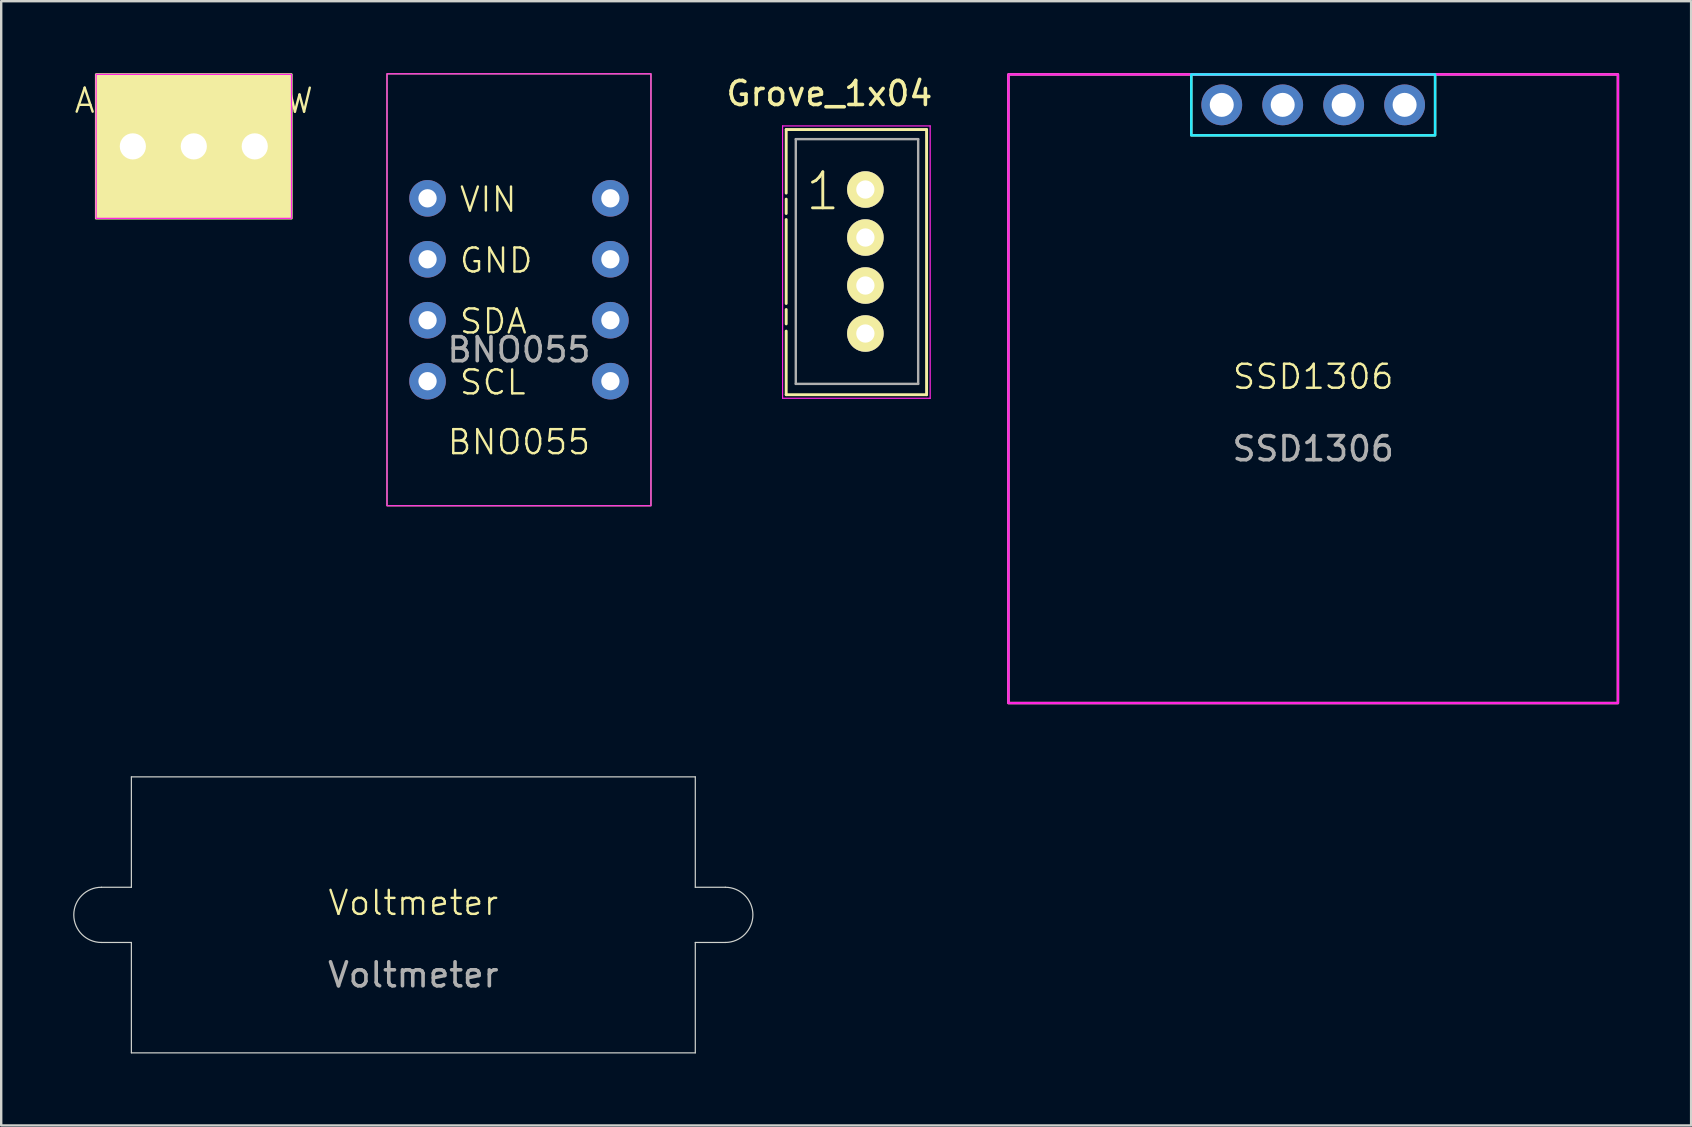
<source format=kicad_pcb>
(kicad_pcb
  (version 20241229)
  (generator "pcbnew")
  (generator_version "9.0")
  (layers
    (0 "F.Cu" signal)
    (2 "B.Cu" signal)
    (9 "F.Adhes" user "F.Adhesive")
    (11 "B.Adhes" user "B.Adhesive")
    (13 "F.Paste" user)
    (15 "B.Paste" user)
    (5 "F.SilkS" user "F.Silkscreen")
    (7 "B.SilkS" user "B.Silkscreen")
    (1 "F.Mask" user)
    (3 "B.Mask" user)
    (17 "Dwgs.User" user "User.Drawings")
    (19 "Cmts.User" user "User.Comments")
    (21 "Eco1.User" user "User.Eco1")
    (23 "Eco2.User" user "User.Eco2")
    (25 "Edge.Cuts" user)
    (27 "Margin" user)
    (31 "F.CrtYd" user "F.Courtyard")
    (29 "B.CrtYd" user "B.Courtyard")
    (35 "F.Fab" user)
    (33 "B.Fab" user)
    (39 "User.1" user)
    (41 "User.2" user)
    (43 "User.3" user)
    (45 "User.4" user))
  (footprint "Akizuki_3PSW"
    (layer "F.Cu")
    (at 5.026 3.05)
    (property "Reference" "Akizuki_3PSW" (at 0 -1.905 0) (unlocked yes) (layer "F.SilkS") (effects (font (size 1 1) (thickness 0.1))))
    (attr through_hole)
    (fp_rect (start -4.07 -3) (end 4.07 3) (stroke (width 0.1) (type solid)) (fill yes) (layer "F.SilkS"))
    (fp_rect (start -4.07 -3) (end 4.07 3) (stroke (width 0.05) (type solid)) (fill no) (layer "F.CrtYd"))
    (pad "1" thru_hole circle (at -2.54 0) (size 1.6 1.6) (drill 1.09) (layers "*.Cu" "*.Mask"))
    (pad "2" thru_hole circle (at 0 0) (size 1.6 1.6) (drill 1.09) (layers "*.Cu" "*.Mask"))
    (pad "3" thru_hole circle (at 2.54 0) (size 1.6 1.6) (drill 1.09) (layers "*.Cu" "*.Mask")))
  (footprint "Grove_1x04"
    (layer "F.Cu")
    (at 33.013 4.848)
    (property "Reference" "Grove_1x04" (at -1.5 -4 0) (layer "F.SilkS") (effects (font (size 1 1) (thickness 0.15))))
    (attr through_hole)
    (fp_line (start -3.3 -2.5) (end -3.3 0.15) (stroke (width 0.12) (type solid)) (layer "F.SilkS"))
    (fp_line (start -3.3 -2.5) (end 2.55 -2.5) (stroke (width 0.12) (type solid)) (layer "F.SilkS"))
    (fp_line (start -3.3 0.4) (end -3.3 1) (stroke (width 0.12) (type solid)) (layer "F.SilkS"))
    (fp_line (start -3.3 1.25) (end -3.3 4.75) (stroke (width 0.12) (type solid)) (layer "F.SilkS"))
    (fp_line (start -3.3 5) (end -3.3 5.6) (stroke (width 0.12) (type solid)) (layer "F.SilkS"))
    (fp_line (start -3.3 5.9) (end -3.3 8.55) (stroke (width 0.12) (type solid)) (layer "F.SilkS"))
    (fp_line (start -3.3 8.55) (end 2.55 8.55) (stroke (width 0.12) (type solid)) (layer "F.SilkS"))
    (fp_line (start 2.55 -2.5) (end 2.55 8.55) (stroke (width 0.12) (type solid)) (layer "F.SilkS"))
    (fp_line (start -3.45 -2.65) (end -3.45 8.7) (stroke (width 0.05) (type solid)) (layer "F.CrtYd"))
    (fp_line (start -3.45 -2.65) (end 2.7 -2.65) (stroke (width 0.05) (type solid)) (layer "F.CrtYd"))
    (fp_line (start -3.45 8.7) (end 2.7 8.7) (stroke (width 0.05) (type solid)) (layer "F.CrtYd"))
    (fp_line (start 2.7 8.7) (end 2.7 -2.65) (stroke (width 0.05) (type solid)) (layer "F.CrtYd"))
    (fp_line (start -2.9 -2.1) (end 2.2 -2.1) (stroke (width 0.1) (type solid)) (layer "F.Fab"))
    (fp_line (start -2.9 8.1) (end -2.9 -2.1) (stroke (width 0.1) (type solid)) (layer "F.Fab"))
    (fp_line (start 2.2 -2.1) (end 2.2 8.1) (stroke (width 0.1) (type solid)) (layer "F.Fab"))
    (fp_line (start 2.2 8.1) (end -2.9 8.1) (stroke (width 0.1) (type solid)) (layer "F.Fab"))
    (fp_text user "1" (at -1.775 0.075 0) (layer "F.SilkS") (effects (font (size 1.5 1.5) (thickness 0.12))))
    (pad "1" thru_hole circle (at 0 0) (size 1.524 1.524) (drill 0.762) (layers "*.Cu" "*.Mask" "F.SilkS"))
    (pad "2" thru_hole circle (at 0 2) (size 1.524 1.524) (drill 0.762) (layers "*.Cu" "*.Mask" "F.SilkS"))
    (pad "3" thru_hole circle (at 0 4) (size 1.524 1.524) (drill 0.762) (layers "*.Cu" "*.Mask" "F.SilkS"))
    (pad "4" thru_hole circle (at 0 6) (size 1.524 1.524) (drill 0.762) (layers "*.Cu" "*.Mask" "F.SilkS")))
  (footprint "SSD1306"
    (layer "F.Cu")
    (at 51.674 13.15)
    (property "Reference" "SSD1306" (at 0 -0.5 0) (unlocked yes) (layer "F.SilkS") (effects (font (size 1 1) (thickness 0.1))))
    (attr through_hole)
    (fp_rect (start -12.7 -13.1) (end 12.7 13.1) (stroke (width 0.1) (type solid)) (fill no) (layer "F.SilkS"))
    (fp_rect (start -5.08 -13.1) (end 5.08 -10.56) (stroke (width 0.1) (type solid)) (fill no) (layer "F.SilkS"))
    (fp_rect (start -5.08 -13.1) (end 5.08 -10.56) (stroke (width 0.1) (type solid)) (fill no) (layer "B.CrtYd"))
    (fp_rect (start -12.7 -13.1) (end 12.7 13.1) (stroke (width 0.1) (type solid)) (fill no) (layer "F.CrtYd"))
    (fp_text user "${REFERENCE}" (at 0 2.5 0) (unlocked yes) (layer "F.Fab") (effects (font (size 1 1) (thickness 0.15))))
    (pad "1" thru_hole circle (at -3.81 -11.83) (size 1.7 1.7) (drill 1) (layers "*.Cu" "*.Mask"))
    (pad "2" thru_hole circle (at -1.27 -11.83) (size 1.7 1.7) (drill 1) (layers "*.Cu" "*.Mask"))
    (pad "3" thru_hole circle (at 1.27 -11.83) (size 1.7 1.7) (drill 1) (layers "*.Cu" "*.Mask"))
    (pad "4" thru_hole circle (at 3.81 -11.83) (size 1.7 1.7) (drill 1) (layers "*.Cu" "*.Mask")))
  (footprint "Voltmeter"
    (layer "F.Cu")
    (at 14.175 35.075)
    (property "Reference" "Voltmeter" (at 0 -0.5 0) (unlocked yes) (layer "F.SilkS") (effects (font (size 1 1) (thickness 0.1))))
    (fp_line (start -13 -1.15) (end -11.75 -1.15) (stroke (width 0.05) (type default)) (layer "Edge.Cuts"))
    (fp_line (start -11.75 -5.75) (end 11.75 -5.75) (stroke (width 0.05) (type default)) (layer "Edge.Cuts"))
    (fp_line (start -11.75 -1.15) (end -11.75 -5.75) (stroke (width 0.05) (type default)) (layer "Edge.Cuts"))
    (fp_line (start -11.75 1.15) (end -13 1.15) (stroke (width 0.05) (type default)) (layer "Edge.Cuts"))
    (fp_line (start -11.75 5.75) (end -11.75 1.15) (stroke (width 0.05) (type default)) (layer "Edge.Cuts"))
    (fp_line (start 11.75 -5.75) (end 11.75 -1.15) (stroke (width 0.05) (type default)) (layer "Edge.Cuts"))
    (fp_line (start 11.75 -1.15) (end 13 -1.15) (stroke (width 0.05) (type default)) (layer "Edge.Cuts"))
    (fp_line (start 11.75 1.15) (end 11.75 5.75) (stroke (width 0.05) (type default)) (layer "Edge.Cuts"))
    (fp_line (start 11.75 5.75) (end -11.75 5.75) (stroke (width 0.05) (type default)) (layer "Edge.Cuts"))
    (fp_line (start 13 1.15) (end 11.75 1.15) (stroke (width 0.05) (type default)) (layer "Edge.Cuts"))
    (fp_arc (start -13 1.15) (mid -14.15 0) (end -13 -1.15) (stroke (width 0.05) (type default)) (layer "Edge.Cuts"))
    (fp_arc (start 13 -1.15) (mid 14.15 0) (end 13 1.15) (stroke (width 0.05) (type default)) (layer "Edge.Cuts"))
    (fp_rect (start -11.75 -5.75) (end 11.75 5.75) (stroke (width 0.05) (type default)) (fill no) (layer "User.4"))
    (fp_circle (center -13 0) (end -11.85 0) (stroke (width 0.05) (type default)) (fill no) (layer "User.4"))
    (fp_circle (center 13 0) (end 14.15 0) (stroke (width 0.05) (type default)) (fill no) (layer "User.4"))
    (fp_text user "${REFERENCE}" (at 0 2.5 0) (unlocked yes) (layer "F.Fab") (effects (font (size 1 1) (thickness 0.15)))))
  (footprint "BNO055"
    (layer "F.Cu")
    (at 18.577 9.025)
    (property "Reference" "BNO055" (at 0 6.35 0) (unlocked yes) (layer "F.SilkS") (effects (font (size 1 1) (thickness 0.1))))
    (attr through_hole)
    (fp_rect (start -5.5 -9) (end 5.5 9) (stroke (width 0.05) (type default)) (fill no) (layer "F.SilkS"))
    (fp_rect (start -5.5 -9) (end 5.5 9) (stroke (width 0.05) (type default)) (fill no) (layer "F.CrtYd"))
    (fp_text user "GND" (at -2.54 -0.635 0) (unlocked yes) (layer "F.SilkS") (effects (font (size 1 1) (thickness 0.1)) (justify left bottom)))
    (fp_text user "SCL" (at -2.54 4.445 0) (unlocked yes) (layer "F.SilkS") (effects (font (size 1 1) (thickness 0.1)) (justify left bottom)))
    (fp_text user "VIN" (at -2.54 -3.175 0) (unlocked yes) (layer "F.SilkS") (effects (font (size 1 1) (thickness 0.1)) (justify left bottom)))
    (fp_text user "SDA" (at -2.54 1.905 0) (unlocked yes) (layer "F.SilkS") (effects (font (size 1 1) (thickness 0.1)) (justify left bottom)))
    (fp_text user "${REFERENCE}" (at 0 2.5 0) (unlocked yes) (layer "F.Fab") (effects (font (size 1 1) (thickness 0.15))))
    (pad "1" thru_hole circle (at -3.81 -3.81) (size 1.524 1.524) (drill 0.762) (layers "*.Cu" "*.Mask"))
    (pad "2" thru_hole circle (at -3.81 -1.27) (size 1.524 1.524) (drill 0.762) (layers "*.Cu" "*.Mask"))
    (pad "3" thru_hole circle (at -3.81 1.27) (size 1.524 1.524) (drill 0.762) (layers "*.Cu" "*.Mask"))
    (pad "4" thru_hole circle (at -3.81 3.81) (size 1.524 1.524) (drill 0.762) (layers "*.Cu" "*.Mask"))
    (pad "5" thru_hole circle (at 3.81 3.81) (size 1.524 1.524) (drill 0.762) (layers "*.Cu" "*.Mask"))
    (pad "6" thru_hole circle (at 3.81 1.27) (size 1.524 1.524) (drill 0.762) (layers "*.Cu" "*.Mask"))
    (pad "7" thru_hole circle (at 3.81 -1.27) (size 1.524 1.524) (drill 0.762) (layers "*.Cu" "*.Mask"))
    (pad "8" thru_hole circle (at 3.81 -3.81) (size 1.524 1.524) (drill 0.762) (layers "*.Cu" "*.Mask")))
  (gr_rect
    (start -3 -3)
    (end 67.424 43.85)
    (stroke (width 0.1) (type default))
    (fill no)
    (layer "Edge.Cuts")))
</source>
